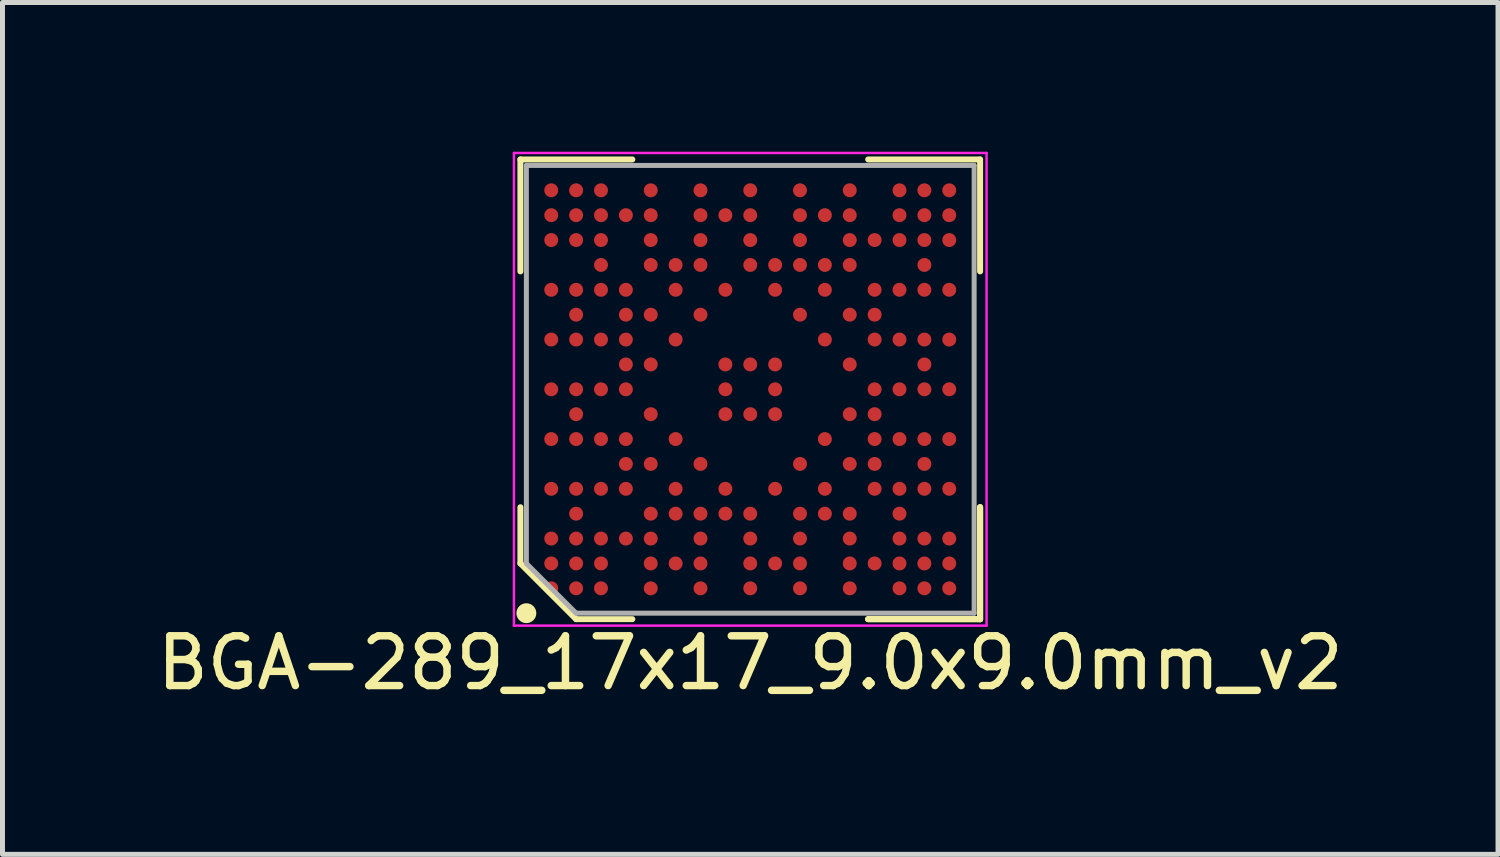
<source format=kicad_pcb>
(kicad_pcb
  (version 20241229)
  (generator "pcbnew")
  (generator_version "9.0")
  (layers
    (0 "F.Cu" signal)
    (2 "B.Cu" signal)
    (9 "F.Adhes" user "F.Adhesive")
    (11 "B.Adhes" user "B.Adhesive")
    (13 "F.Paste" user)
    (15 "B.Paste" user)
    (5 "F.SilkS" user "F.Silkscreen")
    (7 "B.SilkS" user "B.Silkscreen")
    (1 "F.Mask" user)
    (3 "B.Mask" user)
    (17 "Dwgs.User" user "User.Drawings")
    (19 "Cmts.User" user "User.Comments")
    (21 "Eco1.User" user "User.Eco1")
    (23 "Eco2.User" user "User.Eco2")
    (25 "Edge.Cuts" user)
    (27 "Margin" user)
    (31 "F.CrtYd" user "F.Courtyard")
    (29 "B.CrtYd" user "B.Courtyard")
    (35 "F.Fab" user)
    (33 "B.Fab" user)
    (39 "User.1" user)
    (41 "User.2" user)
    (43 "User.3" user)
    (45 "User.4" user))
  (footprint "BGA-289_17x17_9.0x9.0mm_v2"
    (layer "F.Cu")
    (at 12.03 4.775)
    (property "Reference" "BGA-289_17x17_9.0x9.0mm_v2" (at 0 5.5 180) (layer "F.SilkS") (effects (font (size 1 1) (thickness 0.15))))
    (attr through_hole)
    (fp_line (start -4.62 -4.62) (end -4.62 -2.37) (stroke (width 0.12) (type solid)) (layer "F.SilkS"))
    (fp_line (start -4.62 3.5) (end -4.62 2.37) (stroke (width 0.12) (type solid)) (layer "F.SilkS"))
    (fp_line (start -3.5 4.62) (end -4.62 3.5) (stroke (width 0.12) (type solid)) (layer "F.SilkS"))
    (fp_line (start -2.37 -4.62) (end -4.62 -4.62) (stroke (width 0.12) (type solid)) (layer "F.SilkS"))
    (fp_line (start -2.37 4.62) (end -3.5 4.62) (stroke (width 0.12) (type solid)) (layer "F.SilkS"))
    (fp_line (start 2.37 -4.62) (end 4.62 -4.62) (stroke (width 0.12) (type solid)) (layer "F.SilkS"))
    (fp_line (start 2.37 4.62) (end 4.62 4.62) (stroke (width 0.12) (type solid)) (layer "F.SilkS"))
    (fp_line (start 2.37 4.62) (end 4.62 4.62) (stroke (width 0.12) (type solid)) (layer "F.SilkS"))
    (fp_line (start 2.37 4.62) (end 4.62 4.62) (stroke (width 0.12) (type solid)) (layer "F.SilkS"))
    (fp_line (start 4.62 -4.62) (end 4.62 -2.37) (stroke (width 0.12) (type solid)) (layer "F.SilkS"))
    (fp_line (start 4.62 4.62) (end 4.62 2.37) (stroke (width 0.12) (type solid)) (layer "F.SilkS"))
    (fp_line (start 4.62 4.62) (end 4.62 2.37) (stroke (width 0.12) (type solid)) (layer "F.SilkS"))
    (fp_line (start 4.62 4.62) (end 4.62 2.37) (stroke (width 0.12) (type solid)) (layer "F.SilkS"))
    (fp_circle (center -4.5 4.5) (end -4.5 4.4) (stroke (width 0.2) (type solid)) (fill no) (layer "F.SilkS"))
    (fp_line (start -4.75 -4.75) (end -4.75 4.75) (stroke (width 0.05) (type solid)) (layer "F.CrtYd"))
    (fp_line (start -4.75 4.75) (end 4.75 4.75) (stroke (width 0.05) (type solid)) (layer "F.CrtYd"))
    (fp_line (start 4.75 -4.75) (end -4.75 -4.75) (stroke (width 0.05) (type solid)) (layer "F.CrtYd"))
    (fp_line (start 4.75 4.75) (end 4.75 -4.75) (stroke (width 0.05) (type solid)) (layer "F.CrtYd"))
    (fp_line (start -4.5 -4.5) (end 4.5 -4.5) (stroke (width 0.1) (type solid)) (layer "F.Fab"))
    (fp_line (start -4.5 3.5) (end -4.5 -4.5) (stroke (width 0.1) (type solid)) (layer "F.Fab"))
    (fp_line (start -3.5 4.5) (end -4.5 3.5) (stroke (width 0.1) (type solid)) (layer "F.Fab"))
    (fp_line (start 4.5 -4.5) (end 4.5 4.5) (stroke (width 0.1) (type solid)) (layer "F.Fab"))
    (fp_line (start 4.5 4.5) (end -3.5 4.5) (stroke (width 0.1) (type solid)) (layer "F.Fab"))
    (pad "A1" smd circle (at -4 4 180) (size 0.28 0.28) (layers "F.Cu" "F.Mask" "F.Paste"))
    (pad "A2" smd circle (at -3.5 4 180) (size 0.28 0.28) (layers "F.Cu" "F.Mask" "F.Paste"))
    (pad "A3" smd circle (at -3 4 180) (size 0.28 0.28) (layers "F.Cu" "F.Mask" "F.Paste"))
    (pad "A5" smd circle (at -2 4 180) (size 0.28 0.28) (layers "F.Cu" "F.Mask" "F.Paste"))
    (pad "A7" smd circle (at -1 4 180) (size 0.28 0.28) (layers "F.Cu" "F.Mask" "F.Paste"))
    (pad "A9" smd circle (at 0 4 180) (size 0.28 0.28) (layers "F.Cu" "F.Mask" "F.Paste"))
    (pad "A11" smd circle (at 1 4 180) (size 0.28 0.28) (layers "F.Cu" "F.Mask" "F.Paste"))
    (pad "A13" smd circle (at 2 4 180) (size 0.28 0.28) (layers "F.Cu" "F.Mask" "F.Paste"))
    (pad "A15" smd circle (at 3 4 180) (size 0.28 0.28) (layers "F.Cu" "F.Mask" "F.Paste"))
    (pad "A16" smd circle (at 3.5 4 180) (size 0.28 0.28) (layers "F.Cu" "F.Mask" "F.Paste"))
    (pad "A17" smd circle (at 4 4 180) (size 0.28 0.28) (layers "F.Cu" "F.Mask" "F.Paste"))
    (pad "B1" smd circle (at -4 3.5 180) (size 0.28 0.28) (layers "F.Cu" "F.Mask" "F.Paste"))
    (pad "B2" smd circle (at -3.5 3.5 180) (size 0.28 0.28) (layers "F.Cu" "F.Mask" "F.Paste"))
    (pad "B3" smd circle (at -3 3.5 180) (size 0.28 0.28) (layers "F.Cu" "F.Mask" "F.Paste"))
    (pad "B5" smd circle (at -2 3.5 180) (size 0.28 0.28) (layers "F.Cu" "F.Mask" "F.Paste"))
    (pad "B6" smd circle (at -1.5 3.5 180) (size 0.28 0.28) (layers "F.Cu" "F.Mask" "F.Paste"))
    (pad "B7" smd circle (at -1 3.5 180) (size 0.28 0.28) (layers "F.Cu" "F.Mask" "F.Paste"))
    (pad "B9" smd circle (at 0 3.5 180) (size 0.28 0.28) (layers "F.Cu" "F.Mask" "F.Paste"))
    (pad "B10" smd circle (at 0.5 3.5 180) (size 0.28 0.28) (layers "F.Cu" "F.Mask" "F.Paste"))
    (pad "B11" smd circle (at 1 3.5 180) (size 0.28 0.28) (layers "F.Cu" "F.Mask" "F.Paste"))
    (pad "B13" smd circle (at 2 3.5 180) (size 0.28 0.28) (layers "F.Cu" "F.Mask" "F.Paste"))
    (pad "B14" smd circle (at 2.5 3.5 180) (size 0.28 0.28) (layers "F.Cu" "F.Mask" "F.Paste"))
    (pad "B15" smd circle (at 3 3.5 180) (size 0.28 0.28) (layers "F.Cu" "F.Mask" "F.Paste"))
    (pad "B16" smd circle (at 3.5 3.5 180) (size 0.28 0.28) (layers "F.Cu" "F.Mask" "F.Paste"))
    (pad "B17" smd circle (at 4 3.5 180) (size 0.28 0.28) (layers "F.Cu" "F.Mask" "F.Paste"))
    (pad "C1" smd circle (at -4 3 180) (size 0.28 0.28) (layers "F.Cu" "F.Mask" "F.Paste"))
    (pad "C2" smd circle (at -3.5 3 180) (size 0.28 0.28) (layers "F.Cu" "F.Mask" "F.Paste"))
    (pad "C3" smd circle (at -3 3 180) (size 0.28 0.28) (layers "F.Cu" "F.Mask" "F.Paste"))
    (pad "C4" smd circle (at -2.5 3 180) (size 0.28 0.28) (layers "F.Cu" "F.Mask" "F.Paste"))
    (pad "C5" smd circle (at -2 3 180) (size 0.28 0.28) (layers "F.Cu" "F.Mask" "F.Paste"))
    (pad "C7" smd circle (at -1 3 180) (size 0.28 0.28) (layers "F.Cu" "F.Mask" "F.Paste"))
    (pad "C9" smd circle (at 0 3 180) (size 0.28 0.28) (layers "F.Cu" "F.Mask" "F.Paste"))
    (pad "C11" smd circle (at 1 3 180) (size 0.28 0.28) (layers "F.Cu" "F.Mask" "F.Paste"))
    (pad "C13" smd circle (at 2 3 180) (size 0.28 0.28) (layers "F.Cu" "F.Mask" "F.Paste"))
    (pad "C15" smd circle (at 3 3 180) (size 0.28 0.28) (layers "F.Cu" "F.Mask" "F.Paste"))
    (pad "C16" smd circle (at 3.5 3 180) (size 0.28 0.28) (layers "F.Cu" "F.Mask" "F.Paste"))
    (pad "C17" smd circle (at 4 3 180) (size 0.28 0.28) (layers "F.Cu" "F.Mask" "F.Paste"))
    (pad "D2" smd circle (at -3.5 2.5 180) (size 0.28 0.28) (layers "F.Cu" "F.Mask" "F.Paste"))
    (pad "D5" smd circle (at -2 2.5 180) (size 0.28 0.28) (layers "F.Cu" "F.Mask" "F.Paste"))
    (pad "D6" smd circle (at -1.5 2.5 180) (size 0.28 0.28) (layers "F.Cu" "F.Mask" "F.Paste"))
    (pad "D7" smd circle (at -1 2.5 180) (size 0.28 0.28) (layers "F.Cu" "F.Mask" "F.Paste"))
    (pad "D8" smd circle (at -0.5 2.5 180) (size 0.28 0.28) (layers "F.Cu" "F.Mask" "F.Paste"))
    (pad "D9" smd circle (at 0 2.5 180) (size 0.28 0.28) (layers "F.Cu" "F.Mask" "F.Paste"))
    (pad "D11" smd circle (at 1 2.5 180) (size 0.28 0.28) (layers "F.Cu" "F.Mask" "F.Paste"))
    (pad "D12" smd circle (at 1.5 2.5 180) (size 0.28 0.28) (layers "F.Cu" "F.Mask" "F.Paste"))
    (pad "D13" smd circle (at 2 2.5 180) (size 0.28 0.28) (layers "F.Cu" "F.Mask" "F.Paste"))
    (pad "D15" smd circle (at 3 2.5 180) (size 0.28 0.28) (layers "F.Cu" "F.Mask" "F.Paste"))
    (pad "E1" smd circle (at -4 2 180) (size 0.28 0.28) (layers "F.Cu" "F.Mask" "F.Paste"))
    (pad "E2" smd circle (at -3.5 2 180) (size 0.28 0.28) (layers "F.Cu" "F.Mask" "F.Paste"))
    (pad "E3" smd circle (at -3 2 180) (size 0.28 0.28) (layers "F.Cu" "F.Mask" "F.Paste"))
    (pad "E4" smd circle (at -2.5 2 180) (size 0.28 0.28) (layers "F.Cu" "F.Mask" "F.Paste"))
    (pad "E6" smd circle (at -1.5 2 180) (size 0.28 0.28) (layers "F.Cu" "F.Mask" "F.Paste"))
    (pad "E8" smd circle (at -0.5 2 180) (size 0.28 0.28) (layers "F.Cu" "F.Mask" "F.Paste"))
    (pad "E10" smd circle (at 0.5 2 180) (size 0.28 0.28) (layers "F.Cu" "F.Mask" "F.Paste"))
    (pad "E12" smd circle (at 1.5 2 180) (size 0.28 0.28) (layers "F.Cu" "F.Mask" "F.Paste"))
    (pad "E14" smd circle (at 2.5 2 180) (size 0.28 0.28) (layers "F.Cu" "F.Mask" "F.Paste"))
    (pad "E15" smd circle (at 3 2 180) (size 0.28 0.28) (layers "F.Cu" "F.Mask" "F.Paste"))
    (pad "E16" smd circle (at 3.5 2 180) (size 0.28 0.28) (layers "F.Cu" "F.Mask" "F.Paste"))
    (pad "E17" smd circle (at 4 2 180) (size 0.28 0.28) (layers "F.Cu" "F.Mask" "F.Paste"))
    (pad "F4" smd circle (at -2.5 1.5 180) (size 0.28 0.28) (layers "F.Cu" "F.Mask" "F.Paste"))
    (pad "F5" smd circle (at -2 1.5 180) (size 0.28 0.28) (layers "F.Cu" "F.Mask" "F.Paste"))
    (pad "F7" smd circle (at -1 1.5 180) (size 0.28 0.28) (layers "F.Cu" "F.Mask" "F.Paste"))
    (pad "F11" smd circle (at 1 1.5 180) (size 0.28 0.28) (layers "F.Cu" "F.Mask" "F.Paste"))
    (pad "F13" smd circle (at 2 1.5 180) (size 0.28 0.28) (layers "F.Cu" "F.Mask" "F.Paste"))
    (pad "F14" smd circle (at 2.5 1.5 180) (size 0.28 0.28) (layers "F.Cu" "F.Mask" "F.Paste"))
    (pad "F16" smd circle (at 3.5 1.5 180) (size 0.28 0.28) (layers "F.Cu" "F.Mask" "F.Paste"))
    (pad "G1" smd circle (at -4 1 180) (size 0.28 0.28) (layers "F.Cu" "F.Mask" "F.Paste"))
    (pad "G2" smd circle (at -3.5 1 180) (size 0.28 0.28) (layers "F.Cu" "F.Mask" "F.Paste"))
    (pad "G3" smd circle (at -3 1 180) (size 0.28 0.28) (layers "F.Cu" "F.Mask" "F.Paste"))
    (pad "G4" smd circle (at -2.5 1 180) (size 0.28 0.28) (layers "F.Cu" "F.Mask" "F.Paste"))
    (pad "G6" smd circle (at -1.5 1 180) (size 0.28 0.28) (layers "F.Cu" "F.Mask" "F.Paste"))
    (pad "G12" smd circle (at 1.5 1 180) (size 0.28 0.28) (layers "F.Cu" "F.Mask" "F.Paste"))
    (pad "G14" smd circle (at 2.5 1 180) (size 0.28 0.28) (layers "F.Cu" "F.Mask" "F.Paste"))
    (pad "G15" smd circle (at 3 1 180) (size 0.28 0.28) (layers "F.Cu" "F.Mask" "F.Paste"))
    (pad "G16" smd circle (at 3.5 1 180) (size 0.28 0.28) (layers "F.Cu" "F.Mask" "F.Paste"))
    (pad "G17" smd circle (at 4 1 180) (size 0.28 0.28) (layers "F.Cu" "F.Mask" "F.Paste"))
    (pad "H2" smd circle (at -3.5 0.5 180) (size 0.28 0.28) (layers "F.Cu" "F.Mask" "F.Paste"))
    (pad "H5" smd circle (at -2 0.5 180) (size 0.28 0.28) (layers "F.Cu" "F.Mask" "F.Paste"))
    (pad "H8" smd circle (at -0.5 0.5 180) (size 0.28 0.28) (layers "F.Cu" "F.Mask" "F.Paste"))
    (pad "H9" smd circle (at 0 0.5 180) (size 0.28 0.28) (layers "F.Cu" "F.Mask" "F.Paste"))
    (pad "H10" smd circle (at 0.5 0.5 180) (size 0.28 0.28) (layers "F.Cu" "F.Mask" "F.Paste"))
    (pad "H13" smd circle (at 2 0.5 180) (size 0.28 0.28) (layers "F.Cu" "F.Mask" "F.Paste"))
    (pad "H14" smd circle (at 2.5 0.5 180) (size 0.28 0.28) (layers "F.Cu" "F.Mask" "F.Paste"))
    (pad "J1" smd circle (at -4 0 180) (size 0.28 0.28) (layers "F.Cu" "F.Mask" "F.Paste"))
    (pad "J2" smd circle (at -3.5 0 180) (size 0.28 0.28) (layers "F.Cu" "F.Mask" "F.Paste"))
    (pad "J3" smd circle (at -3 0 180) (size 0.28 0.28) (layers "F.Cu" "F.Mask" "F.Paste"))
    (pad "J4" smd circle (at -2.5 0 180) (size 0.28 0.28) (layers "F.Cu" "F.Mask" "F.Paste"))
    (pad "J8" smd circle (at -0.5 0 180) (size 0.28 0.28) (layers "F.Cu" "F.Mask" "F.Paste"))
    (pad "J10" smd circle (at 0.5 0 180) (size 0.28 0.28) (layers "F.Cu" "F.Mask" "F.Paste"))
    (pad "J14" smd circle (at 2.5 0 180) (size 0.28 0.28) (layers "F.Cu" "F.Mask" "F.Paste"))
    (pad "J15" smd circle (at 3 0 180) (size 0.28 0.28) (layers "F.Cu" "F.Mask" "F.Paste"))
    (pad "J16" smd circle (at 3.5 0 180) (size 0.28 0.28) (layers "F.Cu" "F.Mask" "F.Paste"))
    (pad "J17" smd circle (at 4 0 180) (size 0.28 0.28) (layers "F.Cu" "F.Mask" "F.Paste"))
    (pad "K4" smd circle (at -2.5 -0.5 180) (size 0.28 0.28) (layers "F.Cu" "F.Mask" "F.Paste"))
    (pad "K5" smd circle (at -2 -0.5 180) (size 0.28 0.28) (layers "F.Cu" "F.Mask" "F.Paste"))
    (pad "K8" smd circle (at -0.5 -0.5 180) (size 0.28 0.28) (layers "F.Cu" "F.Mask" "F.Paste"))
    (pad "K9" smd circle (at 0 -0.5 180) (size 0.28 0.28) (layers "F.Cu" "F.Mask" "F.Paste"))
    (pad "K10" smd circle (at 0.5 -0.5 180) (size 0.28 0.28) (layers "F.Cu" "F.Mask" "F.Paste"))
    (pad "K13" smd circle (at 2 -0.5 180) (size 0.28 0.28) (layers "F.Cu" "F.Mask" "F.Paste"))
    (pad "K16" smd circle (at 3.5 -0.5 180) (size 0.28 0.28) (layers "F.Cu" "F.Mask" "F.Paste"))
    (pad "L1" smd circle (at -4 -1 180) (size 0.28 0.28) (layers "F.Cu" "F.Mask" "F.Paste"))
    (pad "L2" smd circle (at -3.5 -1 180) (size 0.28 0.28) (layers "F.Cu" "F.Mask" "F.Paste"))
    (pad "L3" smd circle (at -3 -1 180) (size 0.28 0.28) (layers "F.Cu" "F.Mask" "F.Paste"))
    (pad "L4" smd circle (at -2.5 -1 180) (size 0.28 0.28) (layers "F.Cu" "F.Mask" "F.Paste"))
    (pad "L6" smd circle (at -1.5 -1 180) (size 0.28 0.28) (layers "F.Cu" "F.Mask" "F.Paste"))
    (pad "L12" smd circle (at 1.5 -1 180) (size 0.28 0.28) (layers "F.Cu" "F.Mask" "F.Paste"))
    (pad "L14" smd circle (at 2.5 -1 180) (size 0.28 0.28) (layers "F.Cu" "F.Mask" "F.Paste"))
    (pad "L15" smd circle (at 3 -1 180) (size 0.28 0.28) (layers "F.Cu" "F.Mask" "F.Paste"))
    (pad "L16" smd circle (at 3.5 -1 180) (size 0.28 0.28) (layers "F.Cu" "F.Mask" "F.Paste"))
    (pad "L17" smd circle (at 4 -1 180) (size 0.28 0.28) (layers "F.Cu" "F.Mask" "F.Paste"))
    (pad "M2" smd circle (at -3.5 -1.5 180) (size 0.28 0.28) (layers "F.Cu" "F.Mask" "F.Paste"))
    (pad "M4" smd circle (at -2.5 -1.5 180) (size 0.28 0.28) (layers "F.Cu" "F.Mask" "F.Paste"))
    (pad "M5" smd circle (at -2 -1.5 180) (size 0.28 0.28) (layers "F.Cu" "F.Mask" "F.Paste"))
    (pad "M7" smd circle (at -1 -1.5 180) (size 0.28 0.28) (layers "F.Cu" "F.Mask" "F.Paste"))
    (pad "M11" smd circle (at 1 -1.5 180) (size 0.28 0.28) (layers "F.Cu" "F.Mask" "F.Paste"))
    (pad "M13" smd circle (at 2 -1.5 180) (size 0.28 0.28) (layers "F.Cu" "F.Mask" "F.Paste"))
    (pad "M14" smd circle (at 2.5 -1.5 180) (size 0.28 0.28) (layers "F.Cu" "F.Mask" "F.Paste"))
    (pad "N1" smd circle (at -4 -2 180) (size 0.28 0.28) (layers "F.Cu" "F.Mask" "F.Paste"))
    (pad "N2" smd circle (at -3.5 -2 180) (size 0.28 0.28) (layers "F.Cu" "F.Mask" "F.Paste"))
    (pad "N3" smd circle (at -3 -2 180) (size 0.28 0.28) (layers "F.Cu" "F.Mask" "F.Paste"))
    (pad "N4" smd circle (at -2.5 -2 180) (size 0.28 0.28) (layers "F.Cu" "F.Mask" "F.Paste"))
    (pad "N6" smd circle (at -1.5 -2 180) (size 0.28 0.28) (layers "F.Cu" "F.Mask" "F.Paste"))
    (pad "N8" smd circle (at -0.5 -2 180) (size 0.28 0.28) (layers "F.Cu" "F.Mask" "F.Paste"))
    (pad "N10" smd circle (at 0.5 -2 180) (size 0.28 0.28) (layers "F.Cu" "F.Mask" "F.Paste"))
    (pad "N12" smd circle (at 1.5 -2 180) (size 0.28 0.28) (layers "F.Cu" "F.Mask" "F.Paste"))
    (pad "N14" smd circle (at 2.5 -2 180) (size 0.28 0.28) (layers "F.Cu" "F.Mask" "F.Paste"))
    (pad "N15" smd circle (at 3 -2 180) (size 0.28 0.28) (layers "F.Cu" "F.Mask" "F.Paste"))
    (pad "N16" smd circle (at 3.5 -2 180) (size 0.28 0.28) (layers "F.Cu" "F.Mask" "F.Paste"))
    (pad "N17" smd circle (at 4 -2 180) (size 0.28 0.28) (layers "F.Cu" "F.Mask" "F.Paste"))
    (pad "P3" smd circle (at -3 -2.5 180) (size 0.28 0.28) (layers "F.Cu" "F.Mask" "F.Paste"))
    (pad "P5" smd circle (at -2 -2.5 180) (size 0.28 0.28) (layers "F.Cu" "F.Mask" "F.Paste"))
    (pad "P6" smd circle (at -1.5 -2.5 180) (size 0.28 0.28) (layers "F.Cu" "F.Mask" "F.Paste"))
    (pad "P7" smd circle (at -1 -2.5 180) (size 0.28 0.28) (layers "F.Cu" "F.Mask" "F.Paste"))
    (pad "P9" smd circle (at 0 -2.5 180) (size 0.28 0.28) (layers "F.Cu" "F.Mask" "F.Paste"))
    (pad "P10" smd circle (at 0.5 -2.5 180) (size 0.28 0.28) (layers "F.Cu" "F.Mask" "F.Paste"))
    (pad "P11" smd circle (at 1 -2.5 180) (size 0.28 0.28) (layers "F.Cu" "F.Mask" "F.Paste"))
    (pad "P12" smd circle (at 1.5 -2.5 180) (size 0.28 0.28) (layers "F.Cu" "F.Mask" "F.Paste"))
    (pad "P13" smd circle (at 2 -2.5 180) (size 0.28 0.28) (layers "F.Cu" "F.Mask" "F.Paste"))
    (pad "P16" smd circle (at 3.5 -2.5 180) (size 0.28 0.28) (layers "F.Cu" "F.Mask" "F.Paste"))
    (pad "R1" smd circle (at -4 -3 180) (size 0.28 0.28) (layers "F.Cu" "F.Mask" "F.Paste"))
    (pad "R2" smd circle (at -3.5 -3 180) (size 0.28 0.28) (layers "F.Cu" "F.Mask" "F.Paste"))
    (pad "R3" smd circle (at -3 -3 180) (size 0.28 0.28) (layers "F.Cu" "F.Mask" "F.Paste"))
    (pad "R5" smd circle (at -2 -3 180) (size 0.28 0.28) (layers "F.Cu" "F.Mask" "F.Paste"))
    (pad "R7" smd circle (at -1 -3 180) (size 0.28 0.28) (layers "F.Cu" "F.Mask" "F.Paste"))
    (pad "R9" smd circle (at 0 -3 180) (size 0.28 0.28) (layers "F.Cu" "F.Mask" "F.Paste"))
    (pad "R11" smd circle (at 1 -3 180) (size 0.28 0.28) (layers "F.Cu" "F.Mask" "F.Paste"))
    (pad "R13" smd circle (at 2 -3 180) (size 0.28 0.28) (layers "F.Cu" "F.Mask" "F.Paste"))
    (pad "R14" smd circle (at 2.5 -3 180) (size 0.28 0.28) (layers "F.Cu" "F.Mask" "F.Paste"))
    (pad "R15" smd circle (at 3 -3 180) (size 0.28 0.28) (layers "F.Cu" "F.Mask" "F.Paste"))
    (pad "R16" smd circle (at 3.5 -3 180) (size 0.28 0.28) (layers "F.Cu" "F.Mask" "F.Paste"))
    (pad "R17" smd circle (at 4 -3 180) (size 0.28 0.28) (layers "F.Cu" "F.Mask" "F.Paste"))
    (pad "T1" smd circle (at -4 -3.5 180) (size 0.28 0.28) (layers "F.Cu" "F.Mask" "F.Paste"))
    (pad "T2" smd circle (at -3.5 -3.5 180) (size 0.28 0.28) (layers "F.Cu" "F.Mask" "F.Paste"))
    (pad "T3" smd circle (at -3 -3.5 180) (size 0.28 0.28) (layers "F.Cu" "F.Mask" "F.Paste"))
    (pad "T4" smd circle (at -2.5 -3.5 180) (size 0.28 0.28) (layers "F.Cu" "F.Mask" "F.Paste"))
    (pad "T5" smd circle (at -2 -3.5 180) (size 0.28 0.28) (layers "F.Cu" "F.Mask" "F.Paste"))
    (pad "T7" smd circle (at -1 -3.5 180) (size 0.28 0.28) (layers "F.Cu" "F.Mask" "F.Paste"))
    (pad "T8" smd circle (at -0.5 -3.5 180) (size 0.28 0.28) (layers "F.Cu" "F.Mask" "F.Paste"))
    (pad "T9" smd circle (at 0 -3.5 180) (size 0.28 0.28) (layers "F.Cu" "F.Mask" "F.Paste"))
    (pad "T11" smd circle (at 1 -3.5 180) (size 0.28 0.28) (layers "F.Cu" "F.Mask" "F.Paste"))
    (pad "T12" smd circle (at 1.5 -3.5 180) (size 0.28 0.28) (layers "F.Cu" "F.Mask" "F.Paste"))
    (pad "T13" smd circle (at 2 -3.5 180) (size 0.28 0.28) (layers "F.Cu" "F.Mask" "F.Paste"))
    (pad "T15" smd circle (at 3 -3.5 180) (size 0.28 0.28) (layers "F.Cu" "F.Mask" "F.Paste"))
    (pad "T16" smd circle (at 3.5 -3.5 180) (size 0.28 0.28) (layers "F.Cu" "F.Mask" "F.Paste"))
    (pad "T17" smd circle (at 4 -3.5 180) (size 0.28 0.28) (layers "F.Cu" "F.Mask" "F.Paste"))
    (pad "U1" smd circle (at -4 -4 180) (size 0.28 0.28) (layers "F.Cu" "F.Mask" "F.Paste"))
    (pad "U2" smd circle (at -3.5 -4 180) (size 0.28 0.28) (layers "F.Cu" "F.Mask" "F.Paste"))
    (pad "U3" smd circle (at -3 -4 180) (size 0.28 0.28) (layers "F.Cu" "F.Mask" "F.Paste"))
    (pad "U5" smd circle (at -2 -4 180) (size 0.28 0.28) (layers "F.Cu" "F.Mask" "F.Paste"))
    (pad "U7" smd circle (at -1 -4 180) (size 0.28 0.28) (layers "F.Cu" "F.Mask" "F.Paste"))
    (pad "U9" smd circle (at 0 -4 180) (size 0.28 0.28) (layers "F.Cu" "F.Mask" "F.Paste"))
    (pad "U11" smd circle (at 1 -4 180) (size 0.28 0.28) (layers "F.Cu" "F.Mask" "F.Paste"))
    (pad "U13" smd circle (at 2 -4 180) (size 0.28 0.28) (layers "F.Cu" "F.Mask" "F.Paste"))
    (pad "U15" smd circle (at 3 -4 180) (size 0.28 0.28) (layers "F.Cu" "F.Mask" "F.Paste"))
    (pad "U16" smd circle (at 3.5 -4 180) (size 0.28 0.28) (layers "F.Cu" "F.Mask" "F.Paste"))
    (pad "U17" smd circle (at 4 -4 180) (size 0.28 0.28) (layers "F.Cu" "F.Mask" "F.Paste")))
  (gr_rect
    (start -3 -3)
    (end 27.06 14.123)
    (stroke (width 0.1) (type default))
    (fill no)
    (layer "Edge.Cuts")))
</source>
